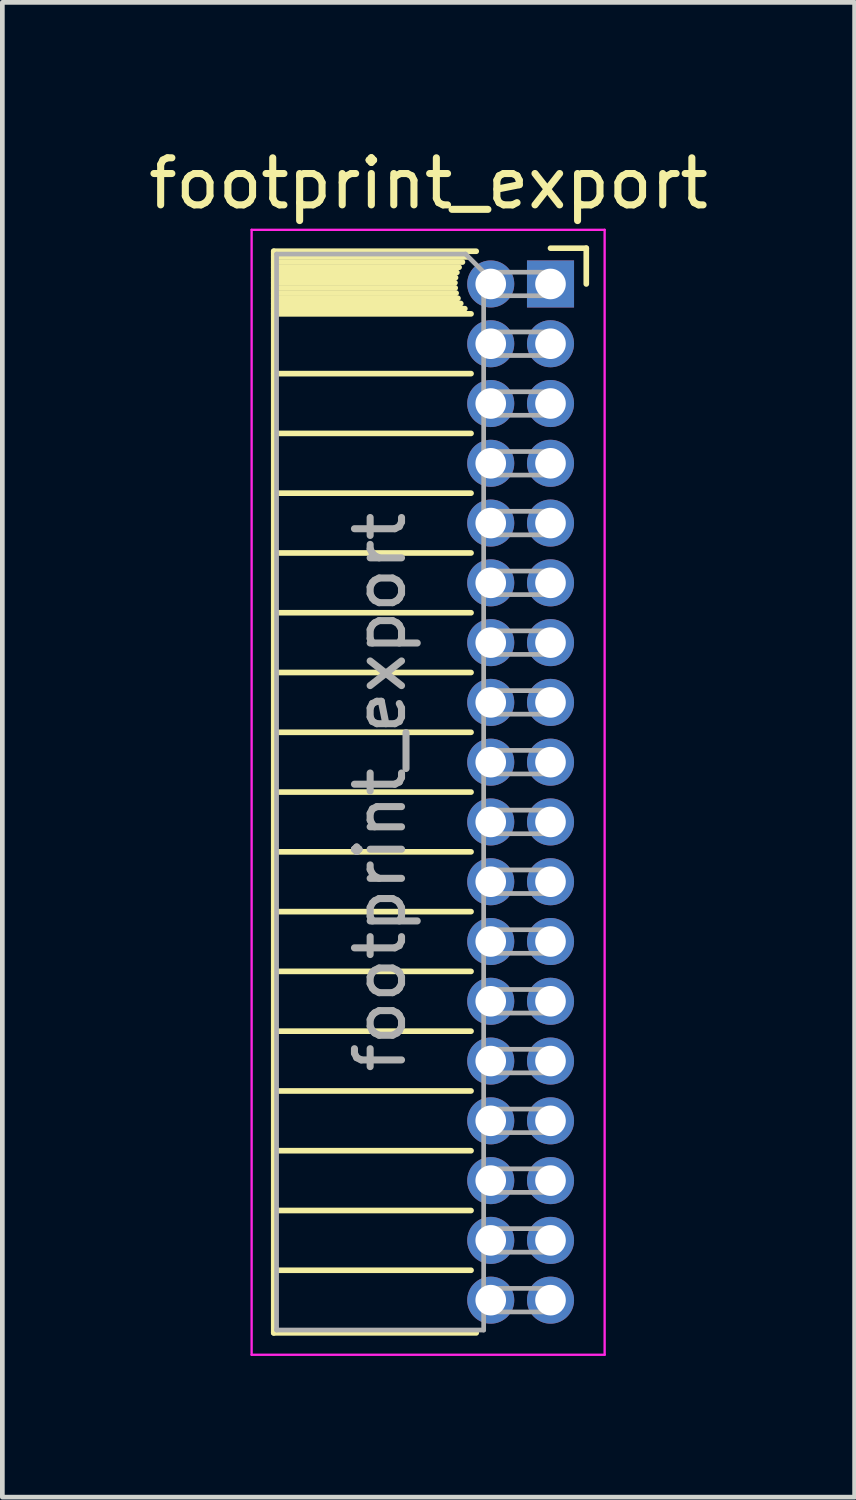
<source format=kicad_pcb>
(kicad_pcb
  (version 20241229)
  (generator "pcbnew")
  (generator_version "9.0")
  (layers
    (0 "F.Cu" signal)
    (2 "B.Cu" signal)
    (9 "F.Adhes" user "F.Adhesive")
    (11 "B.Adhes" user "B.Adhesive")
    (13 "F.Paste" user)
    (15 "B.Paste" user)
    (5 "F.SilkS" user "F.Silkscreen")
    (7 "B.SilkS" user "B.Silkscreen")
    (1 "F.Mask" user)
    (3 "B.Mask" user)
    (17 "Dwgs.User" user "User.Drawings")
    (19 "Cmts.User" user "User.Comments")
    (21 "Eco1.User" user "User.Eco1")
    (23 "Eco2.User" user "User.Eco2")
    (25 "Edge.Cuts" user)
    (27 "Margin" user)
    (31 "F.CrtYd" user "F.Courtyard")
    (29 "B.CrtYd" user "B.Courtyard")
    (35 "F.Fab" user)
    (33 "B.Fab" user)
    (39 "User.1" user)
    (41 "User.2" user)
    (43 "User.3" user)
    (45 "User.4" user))
  (footprint "footprint_export"
    (layer "F.Cu")
    (at 8.646 2.983)
    (property "Reference" "footprint_export" (at -2.592 -2.135 0) (layer "F.SilkS") (effects (font (size 1 1) (thickness 0.15))))
    (attr through_hole)
    (fp_line (start -5.88 -0.695) (end -5.88 22.285) (stroke (width 0.12) (type solid)) (layer "F.SilkS"))
    (fp_line (start -5.88 -0.695) (end -1.578 -0.695) (stroke (width 0.12) (type solid)) (layer "F.SilkS"))
    (fp_line (start -5.88 -0.575) (end -1.767 -0.575) (stroke (width 0.12) (type solid)) (layer "F.SilkS"))
    (fp_line (start -5.88 -0.465) (end -1.871 -0.465) (stroke (width 0.12) (type solid)) (layer "F.SilkS"))
    (fp_line (start -5.88 -0.355) (end -1.942 -0.355) (stroke (width 0.12) (type solid)) (layer "F.SilkS"))
    (fp_line (start -5.88 -0.245) (end -1.989 -0.245) (stroke (width 0.12) (type solid)) (layer "F.SilkS"))
    (fp_line (start -5.88 -0.135) (end -2.018 -0.135) (stroke (width 0.12) (type solid)) (layer "F.SilkS"))
    (fp_line (start -5.88 -0.025) (end -2.03 -0.025) (stroke (width 0.12) (type solid)) (layer "F.SilkS"))
    (fp_line (start -5.88 0.085) (end -2.025 0.085) (stroke (width 0.12) (type solid)) (layer "F.SilkS"))
    (fp_line (start -5.88 0.195) (end -2.005 0.195) (stroke (width 0.12) (type solid)) (layer "F.SilkS"))
    (fp_line (start -5.88 0.305) (end -1.966 0.305) (stroke (width 0.12) (type solid)) (layer "F.SilkS"))
    (fp_line (start -5.88 0.415) (end -1.907 0.415) (stroke (width 0.12) (type solid)) (layer "F.SilkS"))
    (fp_line (start -5.88 0.525) (end -1.82 0.525) (stroke (width 0.12) (type solid)) (layer "F.SilkS"))
    (fp_line (start -5.88 0.635) (end -1.688 0.635) (stroke (width 0.12) (type solid)) (layer "F.SilkS"))
    (fp_line (start -5.88 1.905) (end -1.688 1.905) (stroke (width 0.12) (type solid)) (layer "F.SilkS"))
    (fp_line (start -5.88 3.175) (end -1.688 3.175) (stroke (width 0.12) (type solid)) (layer "F.SilkS"))
    (fp_line (start -5.88 4.445) (end -1.688 4.445) (stroke (width 0.12) (type solid)) (layer "F.SilkS"))
    (fp_line (start -5.88 5.715) (end -1.688 5.715) (stroke (width 0.12) (type solid)) (layer "F.SilkS"))
    (fp_line (start -5.88 6.985) (end -1.688 6.985) (stroke (width 0.12) (type solid)) (layer "F.SilkS"))
    (fp_line (start -5.88 8.255) (end -1.688 8.255) (stroke (width 0.12) (type solid)) (layer "F.SilkS"))
    (fp_line (start -5.88 9.525) (end -1.688 9.525) (stroke (width 0.12) (type solid)) (layer "F.SilkS"))
    (fp_line (start -5.88 10.795) (end -1.688 10.795) (stroke (width 0.12) (type solid)) (layer "F.SilkS"))
    (fp_line (start -5.88 12.065) (end -1.688 12.065) (stroke (width 0.12) (type solid)) (layer "F.SilkS"))
    (fp_line (start -5.88 13.335) (end -1.688 13.335) (stroke (width 0.12) (type solid)) (layer "F.SilkS"))
    (fp_line (start -5.88 14.605) (end -1.688 14.605) (stroke (width 0.12) (type solid)) (layer "F.SilkS"))
    (fp_line (start -5.88 15.875) (end -1.688 15.875) (stroke (width 0.12) (type solid)) (layer "F.SilkS"))
    (fp_line (start -5.88 17.145) (end -1.688 17.145) (stroke (width 0.12) (type solid)) (layer "F.SilkS"))
    (fp_line (start -5.88 18.415) (end -1.688 18.415) (stroke (width 0.12) (type solid)) (layer "F.SilkS"))
    (fp_line (start -5.88 19.685) (end -1.688 19.685) (stroke (width 0.12) (type solid)) (layer "F.SilkS"))
    (fp_line (start -5.88 20.955) (end -1.688 20.955) (stroke (width 0.12) (type solid)) (layer "F.SilkS"))
    (fp_line (start -5.88 22.285) (end -1.578 22.285) (stroke (width 0.12) (type solid)) (layer "F.SilkS"))
    (fp_line (start 0 -0.76) (end 0.76 -0.76) (stroke (width 0.12) (type solid)) (layer "F.SilkS"))
    (fp_line (start 0.76 -0.76) (end 0.76 0) (stroke (width 0.12) (type solid)) (layer "F.SilkS"))
    (fp_line (start -6.35 -1.15) (end -6.35 22.75) (stroke (width 0.05) (type solid)) (layer "F.CrtYd"))
    (fp_line (start -6.35 22.75) (end 1.15 22.75) (stroke (width 0.05) (type solid)) (layer "F.CrtYd"))
    (fp_line (start 1.15 -1.15) (end -6.35 -1.15) (stroke (width 0.05) (type solid)) (layer "F.CrtYd"))
    (fp_line (start 1.15 22.75) (end 1.15 -1.15) (stroke (width 0.05) (type solid)) (layer "F.CrtYd"))
    (fp_line (start -5.82 -0.635) (end -1.805 -0.635) (stroke (width 0.1) (type solid)) (layer "F.Fab"))
    (fp_line (start -5.82 22.225) (end -5.82 -0.635) (stroke (width 0.1) (type solid)) (layer "F.Fab"))
    (fp_line (start -1.805 -0.635) (end -1.42 -0.25) (stroke (width 0.1) (type solid)) (layer "F.Fab"))
    (fp_line (start -1.42 -0.25) (end -1.42 22.225) (stroke (width 0.1) (type solid)) (layer "F.Fab"))
    (fp_line (start -1.42 0.25) (end 0 0.25) (stroke (width 0.1) (type solid)) (layer "F.Fab"))
    (fp_line (start -1.42 1.52) (end 0 1.52) (stroke (width 0.1) (type solid)) (layer "F.Fab"))
    (fp_line (start -1.42 2.79) (end 0 2.79) (stroke (width 0.1) (type solid)) (layer "F.Fab"))
    (fp_line (start -1.42 4.06) (end 0 4.06) (stroke (width 0.1) (type solid)) (layer "F.Fab"))
    (fp_line (start -1.42 5.33) (end 0 5.33) (stroke (width 0.1) (type solid)) (layer "F.Fab"))
    (fp_line (start -1.42 6.6) (end 0 6.6) (stroke (width 0.1) (type solid)) (layer "F.Fab"))
    (fp_line (start -1.42 7.87) (end 0 7.87) (stroke (width 0.1) (type solid)) (layer "F.Fab"))
    (fp_line (start -1.42 9.14) (end 0 9.14) (stroke (width 0.1) (type solid)) (layer "F.Fab"))
    (fp_line (start -1.42 10.41) (end 0 10.41) (stroke (width 0.1) (type solid)) (layer "F.Fab"))
    (fp_line (start -1.42 11.68) (end 0 11.68) (stroke (width 0.1) (type solid)) (layer "F.Fab"))
    (fp_line (start -1.42 12.95) (end 0 12.95) (stroke (width 0.1) (type solid)) (layer "F.Fab"))
    (fp_line (start -1.42 14.22) (end 0 14.22) (stroke (width 0.1) (type solid)) (layer "F.Fab"))
    (fp_line (start -1.42 15.49) (end 0 15.49) (stroke (width 0.1) (type solid)) (layer "F.Fab"))
    (fp_line (start -1.42 16.76) (end 0 16.76) (stroke (width 0.1) (type solid)) (layer "F.Fab"))
    (fp_line (start -1.42 18.03) (end 0 18.03) (stroke (width 0.1) (type solid)) (layer "F.Fab"))
    (fp_line (start -1.42 19.3) (end 0 19.3) (stroke (width 0.1) (type solid)) (layer "F.Fab"))
    (fp_line (start -1.42 20.57) (end 0 20.57) (stroke (width 0.1) (type solid)) (layer "F.Fab"))
    (fp_line (start -1.42 21.84) (end 0 21.84) (stroke (width 0.1) (type solid)) (layer "F.Fab"))
    (fp_line (start -1.42 22.225) (end -5.82 22.225) (stroke (width 0.1) (type solid)) (layer "F.Fab"))
    (fp_line (start 0 -0.25) (end -1.42 -0.25) (stroke (width 0.1) (type solid)) (layer "F.Fab"))
    (fp_line (start 0 0.25) (end 0 -0.25) (stroke (width 0.1) (type solid)) (layer "F.Fab"))
    (fp_line (start 0 1.02) (end -1.42 1.02) (stroke (width 0.1) (type solid)) (layer "F.Fab"))
    (fp_line (start 0 1.52) (end 0 1.02) (stroke (width 0.1) (type solid)) (layer "F.Fab"))
    (fp_line (start 0 2.29) (end -1.42 2.29) (stroke (width 0.1) (type solid)) (layer "F.Fab"))
    (fp_line (start 0 2.79) (end 0 2.29) (stroke (width 0.1) (type solid)) (layer "F.Fab"))
    (fp_line (start 0 3.56) (end -1.42 3.56) (stroke (width 0.1) (type solid)) (layer "F.Fab"))
    (fp_line (start 0 4.06) (end 0 3.56) (stroke (width 0.1) (type solid)) (layer "F.Fab"))
    (fp_line (start 0 4.83) (end -1.42 4.83) (stroke (width 0.1) (type solid)) (layer "F.Fab"))
    (fp_line (start 0 5.33) (end 0 4.83) (stroke (width 0.1) (type solid)) (layer "F.Fab"))
    (fp_line (start 0 6.1) (end -1.42 6.1) (stroke (width 0.1) (type solid)) (layer "F.Fab"))
    (fp_line (start 0 6.6) (end 0 6.1) (stroke (width 0.1) (type solid)) (layer "F.Fab"))
    (fp_line (start 0 7.37) (end -1.42 7.37) (stroke (width 0.1) (type solid)) (layer "F.Fab"))
    (fp_line (start 0 7.87) (end 0 7.37) (stroke (width 0.1) (type solid)) (layer "F.Fab"))
    (fp_line (start 0 8.64) (end -1.42 8.64) (stroke (width 0.1) (type solid)) (layer "F.Fab"))
    (fp_line (start 0 9.14) (end 0 8.64) (stroke (width 0.1) (type solid)) (layer "F.Fab"))
    (fp_line (start 0 9.91) (end -1.42 9.91) (stroke (width 0.1) (type solid)) (layer "F.Fab"))
    (fp_line (start 0 10.41) (end 0 9.91) (stroke (width 0.1) (type solid)) (layer "F.Fab"))
    (fp_line (start 0 11.18) (end -1.42 11.18) (stroke (width 0.1) (type solid)) (layer "F.Fab"))
    (fp_line (start 0 11.68) (end 0 11.18) (stroke (width 0.1) (type solid)) (layer "F.Fab"))
    (fp_line (start 0 12.45) (end -1.42 12.45) (stroke (width 0.1) (type solid)) (layer "F.Fab"))
    (fp_line (start 0 12.95) (end 0 12.45) (stroke (width 0.1) (type solid)) (layer "F.Fab"))
    (fp_line (start 0 13.72) (end -1.42 13.72) (stroke (width 0.1) (type solid)) (layer "F.Fab"))
    (fp_line (start 0 14.22) (end 0 13.72) (stroke (width 0.1) (type solid)) (layer "F.Fab"))
    (fp_line (start 0 14.99) (end -1.42 14.99) (stroke (width 0.1) (type solid)) (layer "F.Fab"))
    (fp_line (start 0 15.49) (end 0 14.99) (stroke (width 0.1) (type solid)) (layer "F.Fab"))
    (fp_line (start 0 16.26) (end -1.42 16.26) (stroke (width 0.1) (type solid)) (layer "F.Fab"))
    (fp_line (start 0 16.76) (end 0 16.26) (stroke (width 0.1) (type solid)) (layer "F.Fab"))
    (fp_line (start 0 17.53) (end -1.42 17.53) (stroke (width 0.1) (type solid)) (layer "F.Fab"))
    (fp_line (start 0 18.03) (end 0 17.53) (stroke (width 0.1) (type solid)) (layer "F.Fab"))
    (fp_line (start 0 18.8) (end -1.42 18.8) (stroke (width 0.1) (type solid)) (layer "F.Fab"))
    (fp_line (start 0 19.3) (end 0 18.8) (stroke (width 0.1) (type solid)) (layer "F.Fab"))
    (fp_line (start 0 20.07) (end -1.42 20.07) (stroke (width 0.1) (type solid)) (layer "F.Fab"))
    (fp_line (start 0 20.57) (end 0 20.07) (stroke (width 0.1) (type solid)) (layer "F.Fab"))
    (fp_line (start 0 21.34) (end -1.42 21.34) (stroke (width 0.1) (type solid)) (layer "F.Fab"))
    (fp_line (start 0 21.84) (end 0 21.34) (stroke (width 0.1) (type solid)) (layer "F.Fab"))
    (fp_text user "${REFERENCE}" (at -3.62 10.795 90) (layer "F.Fab") (effects (font (size 1 1) (thickness 0.15))))
    (pad "1" thru_hole rect (at 0 0) (size 1 1) (drill 0.65) (layers "*.Cu" "*.Mask"))
    (pad "2" thru_hole oval (at -1.27 0) (size 1 1) (drill 0.65) (layers "*.Cu" "*.Mask"))
    (pad "3" thru_hole oval (at 0 1.27) (size 1 1) (drill 0.65) (layers "*.Cu" "*.Mask"))
    (pad "4" thru_hole oval (at -1.27 1.27) (size 1 1) (drill 0.65) (layers "*.Cu" "*.Mask"))
    (pad "5" thru_hole oval (at 0 2.54) (size 1 1) (drill 0.65) (layers "*.Cu" "*.Mask"))
    (pad "6" thru_hole oval (at -1.27 2.54) (size 1 1) (drill 0.65) (layers "*.Cu" "*.Mask"))
    (pad "7" thru_hole oval (at 0 3.81) (size 1 1) (drill 0.65) (layers "*.Cu" "*.Mask"))
    (pad "8" thru_hole oval (at -1.27 3.81) (size 1 1) (drill 0.65) (layers "*.Cu" "*.Mask"))
    (pad "9" thru_hole oval (at 0 5.08) (size 1 1) (drill 0.65) (layers "*.Cu" "*.Mask"))
    (pad "10" thru_hole oval (at -1.27 5.08) (size 1 1) (drill 0.65) (layers "*.Cu" "*.Mask"))
    (pad "11" thru_hole oval (at 0 6.35) (size 1 1) (drill 0.65) (layers "*.Cu" "*.Mask"))
    (pad "12" thru_hole oval (at -1.27 6.35) (size 1 1) (drill 0.65) (layers "*.Cu" "*.Mask"))
    (pad "13" thru_hole oval (at 0 7.62) (size 1 1) (drill 0.65) (layers "*.Cu" "*.Mask"))
    (pad "14" thru_hole oval (at -1.27 7.62) (size 1 1) (drill 0.65) (layers "*.Cu" "*.Mask"))
    (pad "15" thru_hole oval (at 0 8.89) (size 1 1) (drill 0.65) (layers "*.Cu" "*.Mask"))
    (pad "16" thru_hole oval (at -1.27 8.89) (size 1 1) (drill 0.65) (layers "*.Cu" "*.Mask"))
    (pad "17" thru_hole oval (at 0 10.16) (size 1 1) (drill 0.65) (layers "*.Cu" "*.Mask"))
    (pad "18" thru_hole oval (at -1.27 10.16) (size 1 1) (drill 0.65) (layers "*.Cu" "*.Mask"))
    (pad "19" thru_hole oval (at 0 11.43) (size 1 1) (drill 0.65) (layers "*.Cu" "*.Mask"))
    (pad "20" thru_hole oval (at -1.27 11.43) (size 1 1) (drill 0.65) (layers "*.Cu" "*.Mask"))
    (pad "21" thru_hole oval (at 0 12.7) (size 1 1) (drill 0.65) (layers "*.Cu" "*.Mask"))
    (pad "22" thru_hole oval (at -1.27 12.7) (size 1 1) (drill 0.65) (layers "*.Cu" "*.Mask"))
    (pad "23" thru_hole oval (at 0 13.97) (size 1 1) (drill 0.65) (layers "*.Cu" "*.Mask"))
    (pad "24" thru_hole oval (at -1.27 13.97) (size 1 1) (drill 0.65) (layers "*.Cu" "*.Mask"))
    (pad "25" thru_hole oval (at 0 15.24) (size 1 1) (drill 0.65) (layers "*.Cu" "*.Mask"))
    (pad "26" thru_hole oval (at -1.27 15.24) (size 1 1) (drill 0.65) (layers "*.Cu" "*.Mask"))
    (pad "27" thru_hole oval (at 0 16.51) (size 1 1) (drill 0.65) (layers "*.Cu" "*.Mask"))
    (pad "28" thru_hole oval (at -1.27 16.51) (size 1 1) (drill 0.65) (layers "*.Cu" "*.Mask"))
    (pad "29" thru_hole oval (at 0 17.78) (size 1 1) (drill 0.65) (layers "*.Cu" "*.Mask"))
    (pad "30" thru_hole oval (at -1.27 17.78) (size 1 1) (drill 0.65) (layers "*.Cu" "*.Mask"))
    (pad "31" thru_hole oval (at 0 19.05) (size 1 1) (drill 0.65) (layers "*.Cu" "*.Mask"))
    (pad "32" thru_hole oval (at -1.27 19.05) (size 1 1) (drill 0.65) (layers "*.Cu" "*.Mask"))
    (pad "33" thru_hole oval (at 0 20.32) (size 1 1) (drill 0.65) (layers "*.Cu" "*.Mask"))
    (pad "34" thru_hole oval (at -1.27 20.32) (size 1 1) (drill 0.65) (layers "*.Cu" "*.Mask"))
    (pad "35" thru_hole oval (at 0 21.59) (size 1 1) (drill 0.65) (layers "*.Cu" "*.Mask"))
    (pad "36" thru_hole oval (at -1.27 21.59) (size 1 1) (drill 0.65) (layers "*.Cu" "*.Mask")))
  (gr_rect
    (start -3 -3)
    (end 15.107 28.758)
    (stroke (width 0.1) (type default))
    (fill no)
    (layer "Edge.Cuts")))
</source>
